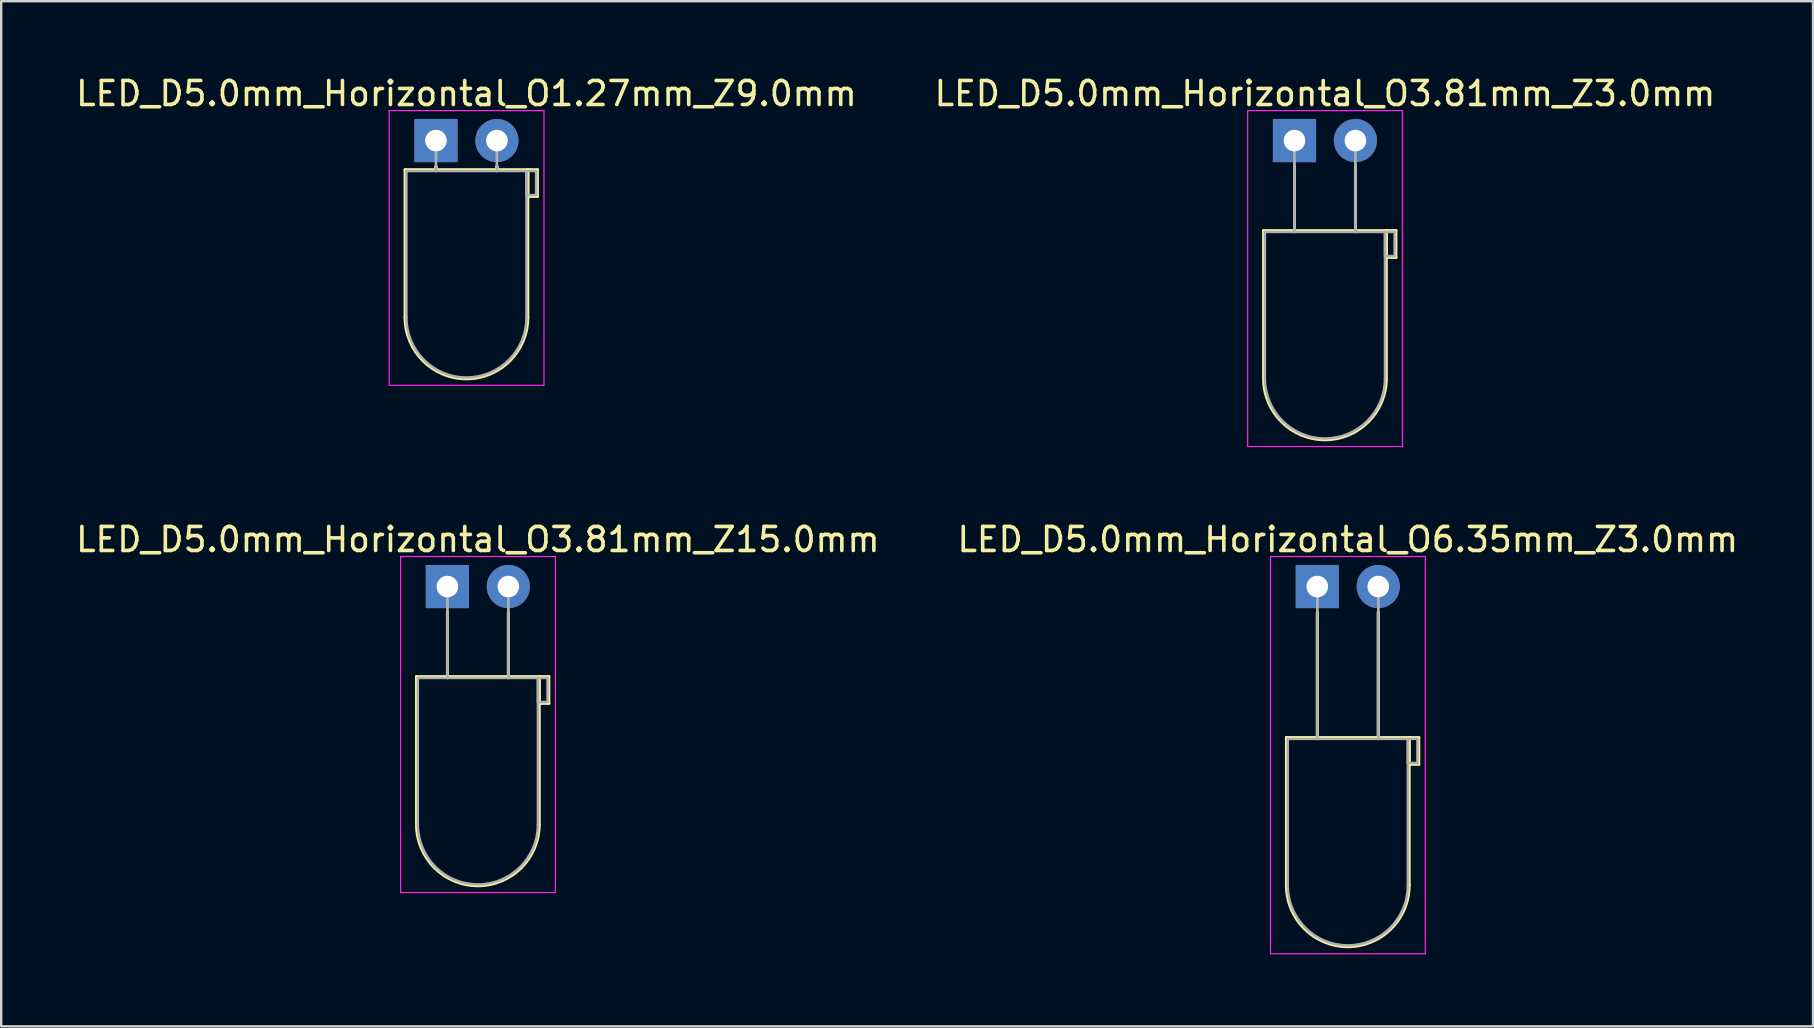
<source format=kicad_pcb>
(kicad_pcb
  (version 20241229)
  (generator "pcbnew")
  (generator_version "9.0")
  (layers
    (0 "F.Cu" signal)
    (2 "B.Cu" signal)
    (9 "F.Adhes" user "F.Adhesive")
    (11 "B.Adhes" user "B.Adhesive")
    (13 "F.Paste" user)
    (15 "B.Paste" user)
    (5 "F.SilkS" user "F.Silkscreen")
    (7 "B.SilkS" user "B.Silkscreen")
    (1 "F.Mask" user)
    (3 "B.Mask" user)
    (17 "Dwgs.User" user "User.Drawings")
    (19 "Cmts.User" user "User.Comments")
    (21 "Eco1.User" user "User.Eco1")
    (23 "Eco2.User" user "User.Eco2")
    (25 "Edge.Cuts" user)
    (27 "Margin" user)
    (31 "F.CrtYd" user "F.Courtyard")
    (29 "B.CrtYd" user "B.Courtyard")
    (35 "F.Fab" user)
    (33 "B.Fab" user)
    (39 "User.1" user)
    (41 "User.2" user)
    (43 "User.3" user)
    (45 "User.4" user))
  (footprint "LED_D5.0mm_Horizontal_O6.35mm_Z3.0mm"
    (layer "F.Cu")
    (at 51.843 21.392)
    (property "Reference" "LED_D5.0mm_Horizontal_O6.35mm_Z3.0mm" (at 1.27 -1.96 0) (layer "F.SilkS") (effects (font (size 1 1) (thickness 0.15))))
    (attr through_hole)
    (fp_line (start -1.29 6.29) (end -1.29 12.45) (stroke (width 0.12) (type solid)) (layer "F.SilkS"))
    (fp_line (start -1.29 6.29) (end 3.83 6.29) (stroke (width 0.12) (type solid)) (layer "F.SilkS"))
    (fp_line (start 0 1.08) (end 0 1.08) (stroke (width 0.12) (type solid)) (layer "F.SilkS"))
    (fp_line (start 0 1.08) (end 0 6.29) (stroke (width 0.12) (type solid)) (layer "F.SilkS"))
    (fp_line (start 0 6.29) (end 0 1.08) (stroke (width 0.12) (type solid)) (layer "F.SilkS"))
    (fp_line (start 0 6.29) (end 0 6.29) (stroke (width 0.12) (type solid)) (layer "F.SilkS"))
    (fp_line (start 2.54 1.08) (end 2.54 1.08) (stroke (width 0.12) (type solid)) (layer "F.SilkS"))
    (fp_line (start 2.54 1.08) (end 2.54 6.29) (stroke (width 0.12) (type solid)) (layer "F.SilkS"))
    (fp_line (start 2.54 6.29) (end 2.54 1.08) (stroke (width 0.12) (type solid)) (layer "F.SilkS"))
    (fp_line (start 2.54 6.29) (end 2.54 6.29) (stroke (width 0.12) (type solid)) (layer "F.SilkS"))
    (fp_line (start 3.83 6.29) (end 3.83 12.45) (stroke (width 0.12) (type solid)) (layer "F.SilkS"))
    (fp_line (start 3.83 6.29) (end 4.23 6.29) (stroke (width 0.12) (type solid)) (layer "F.SilkS"))
    (fp_line (start 3.83 7.41) (end 3.83 6.29) (stroke (width 0.12) (type solid)) (layer "F.SilkS"))
    (fp_line (start 4.23 6.29) (end 4.23 7.41) (stroke (width 0.12) (type solid)) (layer "F.SilkS"))
    (fp_line (start 4.23 7.41) (end 3.83 7.41) (stroke (width 0.12) (type solid)) (layer "F.SilkS"))
    (fp_arc (start 3.83 12.45) (mid 1.27 15.01) (end -1.29 12.45) (stroke (width 0.12) (type solid)) (layer "F.SilkS"))
    (fp_line (start -1.95 -1.25) (end -1.95 15.3) (stroke (width 0.05) (type solid)) (layer "F.CrtYd"))
    (fp_line (start -1.95 15.3) (end 4.5 15.3) (stroke (width 0.05) (type solid)) (layer "F.CrtYd"))
    (fp_line (start 4.5 -1.25) (end -1.95 -1.25) (stroke (width 0.05) (type solid)) (layer "F.CrtYd"))
    (fp_line (start 4.5 15.3) (end 4.5 -1.25) (stroke (width 0.05) (type solid)) (layer "F.CrtYd"))
    (fp_line (start -1.23 6.35) (end -1.23 12.45) (stroke (width 0.1) (type solid)) (layer "F.Fab"))
    (fp_line (start -1.23 6.35) (end 3.77 6.35) (stroke (width 0.1) (type solid)) (layer "F.Fab"))
    (fp_line (start 0 0) (end 0 0) (stroke (width 0.1) (type solid)) (layer "F.Fab"))
    (fp_line (start 0 0) (end 0 6.35) (stroke (width 0.1) (type solid)) (layer "F.Fab"))
    (fp_line (start 0 6.35) (end 0 0) (stroke (width 0.1) (type solid)) (layer "F.Fab"))
    (fp_line (start 0 6.35) (end 0 6.35) (stroke (width 0.1) (type solid)) (layer "F.Fab"))
    (fp_line (start 2.54 0) (end 2.54 0) (stroke (width 0.1) (type solid)) (layer "F.Fab"))
    (fp_line (start 2.54 0) (end 2.54 6.35) (stroke (width 0.1) (type solid)) (layer "F.Fab"))
    (fp_line (start 2.54 6.35) (end 2.54 0) (stroke (width 0.1) (type solid)) (layer "F.Fab"))
    (fp_line (start 2.54 6.35) (end 2.54 6.35) (stroke (width 0.1) (type solid)) (layer "F.Fab"))
    (fp_line (start 3.77 6.35) (end 3.77 12.45) (stroke (width 0.1) (type solid)) (layer "F.Fab"))
    (fp_line (start 3.77 6.35) (end 4.17 6.35) (stroke (width 0.1) (type solid)) (layer "F.Fab"))
    (fp_line (start 3.77 7.35) (end 3.77 6.35) (stroke (width 0.1) (type solid)) (layer "F.Fab"))
    (fp_line (start 4.17 6.35) (end 4.17 7.35) (stroke (width 0.1) (type solid)) (layer "F.Fab"))
    (fp_line (start 4.17 7.35) (end 3.77 7.35) (stroke (width 0.1) (type solid)) (layer "F.Fab"))
    (fp_arc (start 3.77 12.45) (mid 1.27 14.95) (end -1.23 12.45) (stroke (width 0.1) (type solid)) (layer "F.Fab"))
    (pad "1" thru_hole rect (at 0 0) (size 1.8 1.8) (drill 0.9) (layers "*.Cu" "*.Mask"))
    (pad "2" thru_hole circle (at 2.54 0) (size 1.8 1.8) (drill 0.9) (layers "*.Cu" "*.Mask")))
  (footprint "LED_D5.0mm_Horizontal_O1.27mm_Z9.0mm"
    (layer "F.Cu")
    (at 15.117 2.808)
    (property "Reference" "LED_D5.0mm_Horizontal_O1.27mm_Z9.0mm" (at 1.27 -1.96 0) (layer "F.SilkS") (effects (font (size 1 1) (thickness 0.15))))
    (attr through_hole)
    (fp_line (start -1.29 1.21) (end -1.29 7.37) (stroke (width 0.12) (type solid)) (layer "F.SilkS"))
    (fp_line (start -1.29 1.21) (end 3.83 1.21) (stroke (width 0.12) (type solid)) (layer "F.SilkS"))
    (fp_line (start 0 1.08) (end 0 1.08) (stroke (width 0.12) (type solid)) (layer "F.SilkS"))
    (fp_line (start 0 1.08) (end 0 1.21) (stroke (width 0.12) (type solid)) (layer "F.SilkS"))
    (fp_line (start 0 1.21) (end 0 1.08) (stroke (width 0.12) (type solid)) (layer "F.SilkS"))
    (fp_line (start 0 1.21) (end 0 1.21) (stroke (width 0.12) (type solid)) (layer "F.SilkS"))
    (fp_line (start 2.54 1.08) (end 2.54 1.08) (stroke (width 0.12) (type solid)) (layer "F.SilkS"))
    (fp_line (start 2.54 1.08) (end 2.54 1.21) (stroke (width 0.12) (type solid)) (layer "F.SilkS"))
    (fp_line (start 2.54 1.21) (end 2.54 1.08) (stroke (width 0.12) (type solid)) (layer "F.SilkS"))
    (fp_line (start 2.54 1.21) (end 2.54 1.21) (stroke (width 0.12) (type solid)) (layer "F.SilkS"))
    (fp_line (start 3.83 1.21) (end 3.83 7.37) (stroke (width 0.12) (type solid)) (layer "F.SilkS"))
    (fp_line (start 3.83 1.21) (end 4.23 1.21) (stroke (width 0.12) (type solid)) (layer "F.SilkS"))
    (fp_line (start 3.83 2.33) (end 3.83 1.21) (stroke (width 0.12) (type solid)) (layer "F.SilkS"))
    (fp_line (start 4.23 1.21) (end 4.23 2.33) (stroke (width 0.12) (type solid)) (layer "F.SilkS"))
    (fp_line (start 4.23 2.33) (end 3.83 2.33) (stroke (width 0.12) (type solid)) (layer "F.SilkS"))
    (fp_arc (start 3.83 7.37) (mid 1.27 9.93) (end -1.29 7.37) (stroke (width 0.12) (type solid)) (layer "F.SilkS"))
    (fp_line (start -1.95 -1.25) (end -1.95 10.2) (stroke (width 0.05) (type solid)) (layer "F.CrtYd"))
    (fp_line (start -1.95 10.2) (end 4.5 10.2) (stroke (width 0.05) (type solid)) (layer "F.CrtYd"))
    (fp_line (start 4.5 -1.25) (end -1.95 -1.25) (stroke (width 0.05) (type solid)) (layer "F.CrtYd"))
    (fp_line (start 4.5 10.2) (end 4.5 -1.25) (stroke (width 0.05) (type solid)) (layer "F.CrtYd"))
    (fp_line (start -1.23 1.27) (end -1.23 7.37) (stroke (width 0.1) (type solid)) (layer "F.Fab"))
    (fp_line (start -1.23 1.27) (end 3.77 1.27) (stroke (width 0.1) (type solid)) (layer "F.Fab"))
    (fp_line (start 0 0) (end 0 0) (stroke (width 0.1) (type solid)) (layer "F.Fab"))
    (fp_line (start 0 0) (end 0 1.27) (stroke (width 0.1) (type solid)) (layer "F.Fab"))
    (fp_line (start 0 1.27) (end 0 0) (stroke (width 0.1) (type solid)) (layer "F.Fab"))
    (fp_line (start 0 1.27) (end 0 1.27) (stroke (width 0.1) (type solid)) (layer "F.Fab"))
    (fp_line (start 2.54 0) (end 2.54 0) (stroke (width 0.1) (type solid)) (layer "F.Fab"))
    (fp_line (start 2.54 0) (end 2.54 1.27) (stroke (width 0.1) (type solid)) (layer "F.Fab"))
    (fp_line (start 2.54 1.27) (end 2.54 0) (stroke (width 0.1) (type solid)) (layer "F.Fab"))
    (fp_line (start 2.54 1.27) (end 2.54 1.27) (stroke (width 0.1) (type solid)) (layer "F.Fab"))
    (fp_line (start 3.77 1.27) (end 3.77 7.37) (stroke (width 0.1) (type solid)) (layer "F.Fab"))
    (fp_line (start 3.77 1.27) (end 4.17 1.27) (stroke (width 0.1) (type solid)) (layer "F.Fab"))
    (fp_line (start 3.77 2.27) (end 3.77 1.27) (stroke (width 0.1) (type solid)) (layer "F.Fab"))
    (fp_line (start 4.17 1.27) (end 4.17 2.27) (stroke (width 0.1) (type solid)) (layer "F.Fab"))
    (fp_line (start 4.17 2.27) (end 3.77 2.27) (stroke (width 0.1) (type solid)) (layer "F.Fab"))
    (fp_arc (start 3.77 7.37) (mid 1.27 9.87) (end -1.23 7.37) (stroke (width 0.1) (type solid)) (layer "F.Fab"))
    (pad "1" thru_hole rect (at 0 0) (size 1.8 1.8) (drill 0.9) (layers "*.Cu" "*.Mask"))
    (pad "2" thru_hole circle (at 2.54 0) (size 1.8 1.8) (drill 0.9) (layers "*.Cu" "*.Mask")))
  (footprint "LED_D5.0mm_Horizontal_O3.81mm_Z15.0mm"
    (layer "F.Cu")
    (at 15.593 21.392)
    (property "Reference" "LED_D5.0mm_Horizontal_O3.81mm_Z15.0mm" (at 1.27 -1.96 0) (layer "F.SilkS") (effects (font (size 1 1) (thickness 0.15))))
    (attr through_hole)
    (fp_line (start -1.29 3.75) (end -1.29 9.91) (stroke (width 0.12) (type solid)) (layer "F.SilkS"))
    (fp_line (start -1.29 3.75) (end 3.83 3.75) (stroke (width 0.12) (type solid)) (layer "F.SilkS"))
    (fp_line (start 0 1.08) (end 0 1.08) (stroke (width 0.12) (type solid)) (layer "F.SilkS"))
    (fp_line (start 0 1.08) (end 0 3.75) (stroke (width 0.12) (type solid)) (layer "F.SilkS"))
    (fp_line (start 0 3.75) (end 0 1.08) (stroke (width 0.12) (type solid)) (layer "F.SilkS"))
    (fp_line (start 0 3.75) (end 0 3.75) (stroke (width 0.12) (type solid)) (layer "F.SilkS"))
    (fp_line (start 2.54 1.08) (end 2.54 1.08) (stroke (width 0.12) (type solid)) (layer "F.SilkS"))
    (fp_line (start 2.54 1.08) (end 2.54 3.75) (stroke (width 0.12) (type solid)) (layer "F.SilkS"))
    (fp_line (start 2.54 3.75) (end 2.54 1.08) (stroke (width 0.12) (type solid)) (layer "F.SilkS"))
    (fp_line (start 2.54 3.75) (end 2.54 3.75) (stroke (width 0.12) (type solid)) (layer "F.SilkS"))
    (fp_line (start 3.83 3.75) (end 3.83 9.91) (stroke (width 0.12) (type solid)) (layer "F.SilkS"))
    (fp_line (start 3.83 3.75) (end 4.23 3.75) (stroke (width 0.12) (type solid)) (layer "F.SilkS"))
    (fp_line (start 3.83 4.87) (end 3.83 3.75) (stroke (width 0.12) (type solid)) (layer "F.SilkS"))
    (fp_line (start 4.23 3.75) (end 4.23 4.87) (stroke (width 0.12) (type solid)) (layer "F.SilkS"))
    (fp_line (start 4.23 4.87) (end 3.83 4.87) (stroke (width 0.12) (type solid)) (layer "F.SilkS"))
    (fp_arc (start 3.83 9.91) (mid 1.27 12.47) (end -1.29 9.91) (stroke (width 0.12) (type solid)) (layer "F.SilkS"))
    (fp_line (start -1.95 -1.25) (end -1.95 12.75) (stroke (width 0.05) (type solid)) (layer "F.CrtYd"))
    (fp_line (start -1.95 12.75) (end 4.5 12.75) (stroke (width 0.05) (type solid)) (layer "F.CrtYd"))
    (fp_line (start 4.5 -1.25) (end -1.95 -1.25) (stroke (width 0.05) (type solid)) (layer "F.CrtYd"))
    (fp_line (start 4.5 12.75) (end 4.5 -1.25) (stroke (width 0.05) (type solid)) (layer "F.CrtYd"))
    (fp_line (start -1.23 3.81) (end -1.23 9.91) (stroke (width 0.1) (type solid)) (layer "F.Fab"))
    (fp_line (start -1.23 3.81) (end 3.77 3.81) (stroke (width 0.1) (type solid)) (layer "F.Fab"))
    (fp_line (start 0 0) (end 0 0) (stroke (width 0.1) (type solid)) (layer "F.Fab"))
    (fp_line (start 0 0) (end 0 3.81) (stroke (width 0.1) (type solid)) (layer "F.Fab"))
    (fp_line (start 0 3.81) (end 0 0) (stroke (width 0.1) (type solid)) (layer "F.Fab"))
    (fp_line (start 0 3.81) (end 0 3.81) (stroke (width 0.1) (type solid)) (layer "F.Fab"))
    (fp_line (start 2.54 0) (end 2.54 0) (stroke (width 0.1) (type solid)) (layer "F.Fab"))
    (fp_line (start 2.54 0) (end 2.54 3.81) (stroke (width 0.1) (type solid)) (layer "F.Fab"))
    (fp_line (start 2.54 3.81) (end 2.54 0) (stroke (width 0.1) (type solid)) (layer "F.Fab"))
    (fp_line (start 2.54 3.81) (end 2.54 3.81) (stroke (width 0.1) (type solid)) (layer "F.Fab"))
    (fp_line (start 3.77 3.81) (end 3.77 9.91) (stroke (width 0.1) (type solid)) (layer "F.Fab"))
    (fp_line (start 3.77 3.81) (end 4.17 3.81) (stroke (width 0.1) (type solid)) (layer "F.Fab"))
    (fp_line (start 3.77 4.81) (end 3.77 3.81) (stroke (width 0.1) (type solid)) (layer "F.Fab"))
    (fp_line (start 4.17 3.81) (end 4.17 4.81) (stroke (width 0.1) (type solid)) (layer "F.Fab"))
    (fp_line (start 4.17 4.81) (end 3.77 4.81) (stroke (width 0.1) (type solid)) (layer "F.Fab"))
    (fp_arc (start 3.77 9.91) (mid 1.27 12.41) (end -1.23 9.91) (stroke (width 0.1) (type solid)) (layer "F.Fab"))
    (pad "1" thru_hole rect (at 0 0) (size 1.8 1.8) (drill 0.9) (layers "*.Cu" "*.Mask"))
    (pad "2" thru_hole circle (at 2.54 0) (size 1.8 1.8) (drill 0.9) (layers "*.Cu" "*.Mask")))
  (footprint "LED_D5.0mm_Horizontal_O3.81mm_Z3.0mm"
    (layer "F.Cu")
    (at 50.891 2.808)
    (property "Reference" "LED_D5.0mm_Horizontal_O3.81mm_Z3.0mm" (at 1.27 -1.96 0) (layer "F.SilkS") (effects (font (size 1 1) (thickness 0.15))))
    (attr through_hole)
    (fp_line (start -1.29 3.75) (end -1.29 9.91) (stroke (width 0.12) (type solid)) (layer "F.SilkS"))
    (fp_line (start -1.29 3.75) (end 3.83 3.75) (stroke (width 0.12) (type solid)) (layer "F.SilkS"))
    (fp_line (start 0 1.08) (end 0 1.08) (stroke (width 0.12) (type solid)) (layer "F.SilkS"))
    (fp_line (start 0 1.08) (end 0 3.75) (stroke (width 0.12) (type solid)) (layer "F.SilkS"))
    (fp_line (start 0 3.75) (end 0 1.08) (stroke (width 0.12) (type solid)) (layer "F.SilkS"))
    (fp_line (start 0 3.75) (end 0 3.75) (stroke (width 0.12) (type solid)) (layer "F.SilkS"))
    (fp_line (start 2.54 1.08) (end 2.54 1.08) (stroke (width 0.12) (type solid)) (layer "F.SilkS"))
    (fp_line (start 2.54 1.08) (end 2.54 3.75) (stroke (width 0.12) (type solid)) (layer "F.SilkS"))
    (fp_line (start 2.54 3.75) (end 2.54 1.08) (stroke (width 0.12) (type solid)) (layer "F.SilkS"))
    (fp_line (start 2.54 3.75) (end 2.54 3.75) (stroke (width 0.12) (type solid)) (layer "F.SilkS"))
    (fp_line (start 3.83 3.75) (end 3.83 9.91) (stroke (width 0.12) (type solid)) (layer "F.SilkS"))
    (fp_line (start 3.83 3.75) (end 4.23 3.75) (stroke (width 0.12) (type solid)) (layer "F.SilkS"))
    (fp_line (start 3.83 4.87) (end 3.83 3.75) (stroke (width 0.12) (type solid)) (layer "F.SilkS"))
    (fp_line (start 4.23 3.75) (end 4.23 4.87) (stroke (width 0.12) (type solid)) (layer "F.SilkS"))
    (fp_line (start 4.23 4.87) (end 3.83 4.87) (stroke (width 0.12) (type solid)) (layer "F.SilkS"))
    (fp_arc (start 3.83 9.91) (mid 1.27 12.47) (end -1.29 9.91) (stroke (width 0.12) (type solid)) (layer "F.SilkS"))
    (fp_line (start -1.95 -1.25) (end -1.95 12.75) (stroke (width 0.05) (type solid)) (layer "F.CrtYd"))
    (fp_line (start -1.95 12.75) (end 4.5 12.75) (stroke (width 0.05) (type solid)) (layer "F.CrtYd"))
    (fp_line (start 4.5 -1.25) (end -1.95 -1.25) (stroke (width 0.05) (type solid)) (layer "F.CrtYd"))
    (fp_line (start 4.5 12.75) (end 4.5 -1.25) (stroke (width 0.05) (type solid)) (layer "F.CrtYd"))
    (fp_line (start -1.23 3.81) (end -1.23 9.91) (stroke (width 0.1) (type solid)) (layer "F.Fab"))
    (fp_line (start -1.23 3.81) (end 3.77 3.81) (stroke (width 0.1) (type solid)) (layer "F.Fab"))
    (fp_line (start 0 0) (end 0 0) (stroke (width 0.1) (type solid)) (layer "F.Fab"))
    (fp_line (start 0 0) (end 0 3.81) (stroke (width 0.1) (type solid)) (layer "F.Fab"))
    (fp_line (start 0 3.81) (end 0 0) (stroke (width 0.1) (type solid)) (layer "F.Fab"))
    (fp_line (start 0 3.81) (end 0 3.81) (stroke (width 0.1) (type solid)) (layer "F.Fab"))
    (fp_line (start 2.54 0) (end 2.54 0) (stroke (width 0.1) (type solid)) (layer "F.Fab"))
    (fp_line (start 2.54 0) (end 2.54 3.81) (stroke (width 0.1) (type solid)) (layer "F.Fab"))
    (fp_line (start 2.54 3.81) (end 2.54 0) (stroke (width 0.1) (type solid)) (layer "F.Fab"))
    (fp_line (start 2.54 3.81) (end 2.54 3.81) (stroke (width 0.1) (type solid)) (layer "F.Fab"))
    (fp_line (start 3.77 3.81) (end 3.77 9.91) (stroke (width 0.1) (type solid)) (layer "F.Fab"))
    (fp_line (start 3.77 3.81) (end 4.17 3.81) (stroke (width 0.1) (type solid)) (layer "F.Fab"))
    (fp_line (start 3.77 4.81) (end 3.77 3.81) (stroke (width 0.1) (type solid)) (layer "F.Fab"))
    (fp_line (start 4.17 3.81) (end 4.17 4.81) (stroke (width 0.1) (type solid)) (layer "F.Fab"))
    (fp_line (start 4.17 4.81) (end 3.77 4.81) (stroke (width 0.1) (type solid)) (layer "F.Fab"))
    (fp_arc (start 3.77 9.91) (mid 1.27 12.41) (end -1.23 9.91) (stroke (width 0.1) (type solid)) (layer "F.Fab"))
    (pad "1" thru_hole rect (at 0 0) (size 1.8 1.8) (drill 0.9) (layers "*.Cu" "*.Mask"))
    (pad "2" thru_hole circle (at 2.54 0) (size 1.8 1.8) (drill 0.9) (layers "*.Cu" "*.Mask")))
  (gr_rect
    (start -3 -3)
    (end 72.5 39.717)
    (stroke (width 0.1) (type default))
    (fill no)
    (layer "Edge.Cuts")))
</source>
